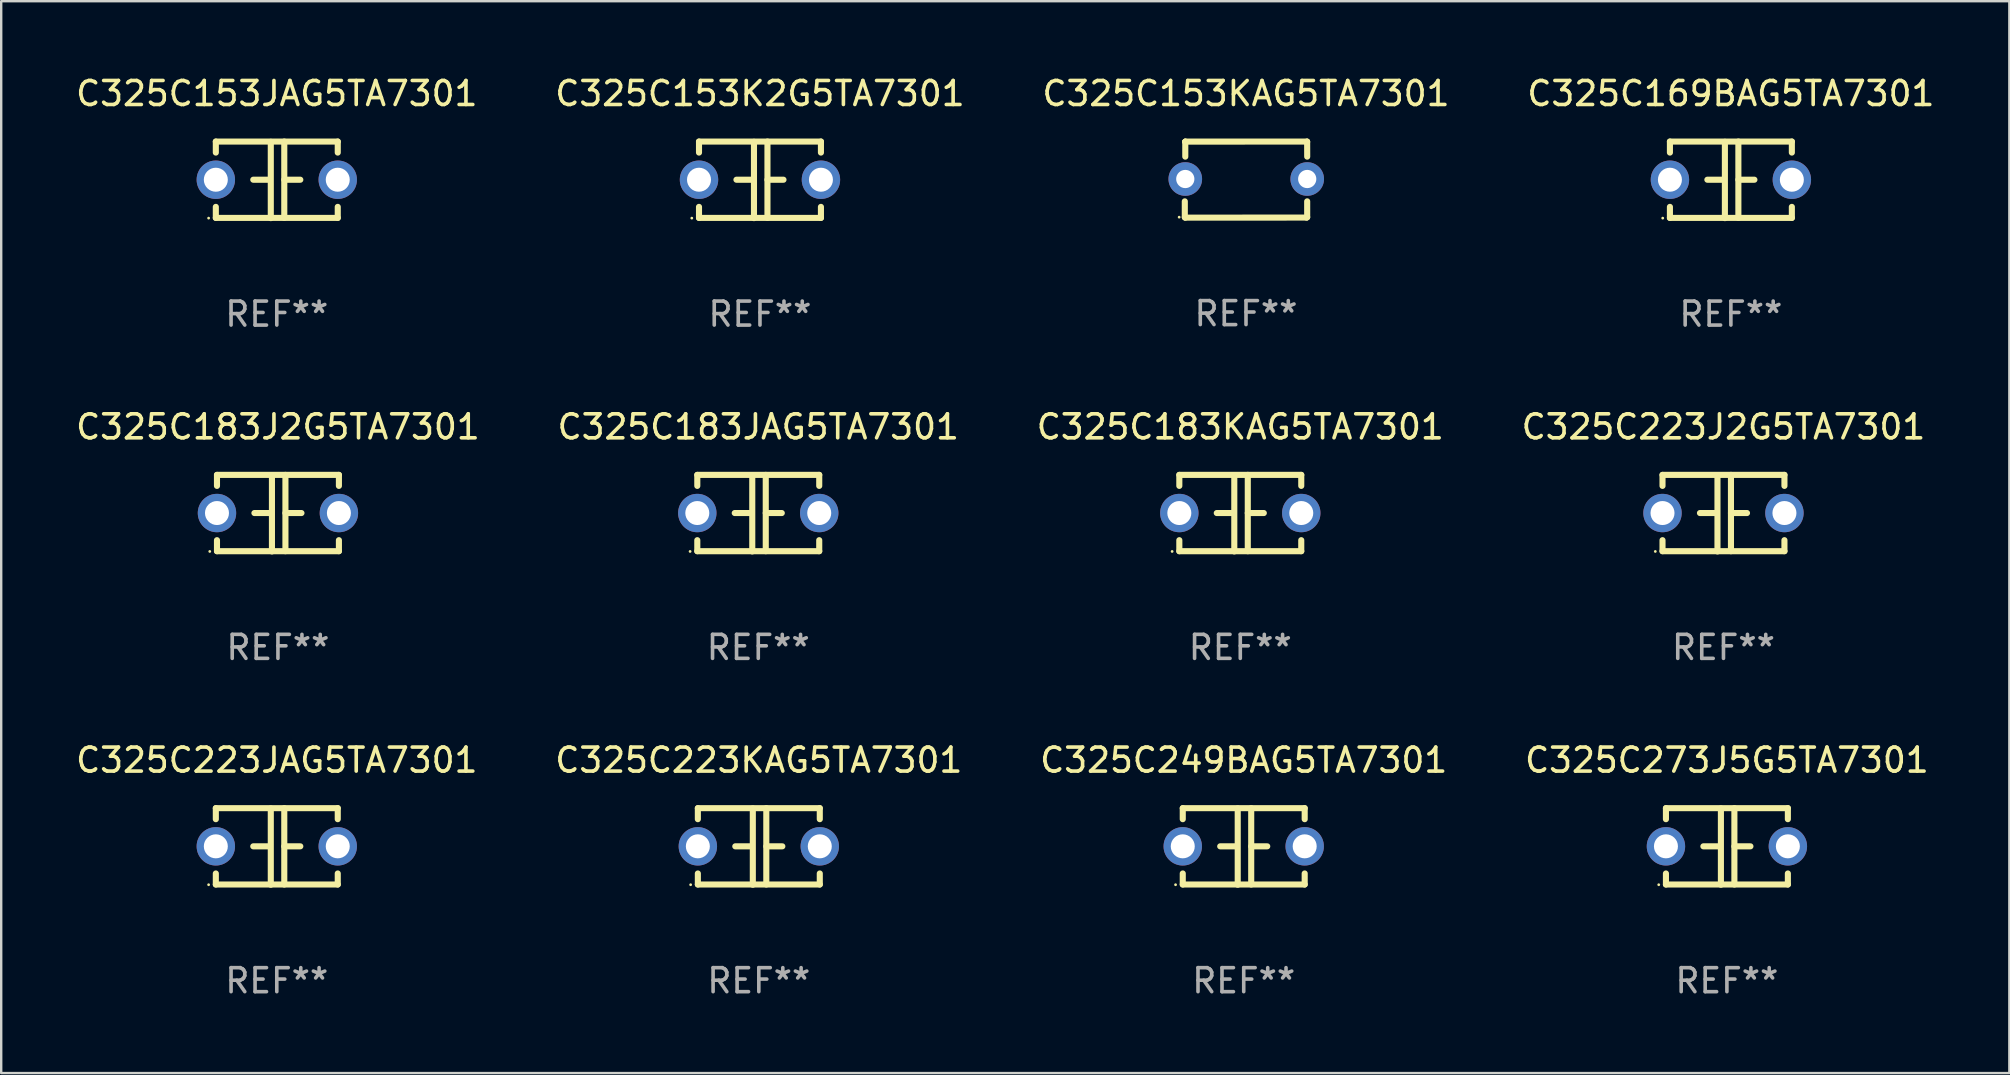
<source format=kicad_pcb>
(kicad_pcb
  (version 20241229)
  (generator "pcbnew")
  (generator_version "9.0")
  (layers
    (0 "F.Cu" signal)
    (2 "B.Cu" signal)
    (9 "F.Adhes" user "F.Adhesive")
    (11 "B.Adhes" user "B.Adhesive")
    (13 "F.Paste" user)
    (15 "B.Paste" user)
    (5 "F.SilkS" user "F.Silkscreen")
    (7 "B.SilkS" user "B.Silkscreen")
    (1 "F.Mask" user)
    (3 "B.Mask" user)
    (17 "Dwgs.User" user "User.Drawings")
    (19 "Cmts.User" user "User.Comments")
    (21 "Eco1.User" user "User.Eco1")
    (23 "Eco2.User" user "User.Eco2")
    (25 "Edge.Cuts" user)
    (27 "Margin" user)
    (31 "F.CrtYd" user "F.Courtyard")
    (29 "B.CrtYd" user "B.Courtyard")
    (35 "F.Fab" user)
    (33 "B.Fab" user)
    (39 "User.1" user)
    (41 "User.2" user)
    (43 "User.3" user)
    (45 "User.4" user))
  (footprint "C325C183J2G5TA7301"
    (layer "F.Cu")
    (at 8.53 18.33)
    (property "Reference" "C325C183J2G5TA7301" (at 0 -3.595 0) (layer "F.SilkS") (effects (font (size 1 1) (thickness 0.15))))
    (attr through_hole)
    (fp_line (start -2.54 -1.595) (end -2.54 -1.136) (stroke (width 0.254) (type solid)) (layer "F.SilkS"))
    (fp_line (start -2.54 -1.595) (end 2.54 -1.595) (stroke (width 0.254) (type solid)) (layer "F.SilkS"))
    (fp_line (start -2.54 1.126) (end -2.54 1.585) (stroke (width 0.254) (type solid)) (layer "F.SilkS"))
    (fp_line (start -0.312 -0.005) (end -0.98 -0.005) (stroke (width 0.254) (type solid)) (layer "F.SilkS"))
    (fp_line (start -0.25 -1.585) (end -0.25 1.595) (stroke (width 0.254) (type solid)) (layer "F.SilkS"))
    (fp_line (start 0.312 -1.595) (end 0.312 1.585) (stroke (width 0.254) (type solid)) (layer "F.SilkS"))
    (fp_line (start 0.312 -0.005) (end 0.98 -0.005) (stroke (width 0.254) (type solid)) (layer "F.SilkS"))
    (fp_line (start 2.54 -1.595) (end 2.54 -1.136) (stroke (width 0.254) (type solid)) (layer "F.SilkS"))
    (fp_line (start 2.54 1.126) (end 2.54 1.585) (stroke (width 0.254) (type solid)) (layer "F.SilkS"))
    (fp_line (start 2.54 1.585) (end -2.54 1.585) (stroke (width 0.254) (type solid)) (layer "F.SilkS"))
    (fp_circle (center -2.84 1.595) (end -2.81 1.595) (stroke (width 0.06) (type solid)) (fill no) (layer "F.SilkS"))
    (fp_text user "REF**" (at 0 5.595 0) (layer "F.Fab") (effects (font (size 1 1) (thickness 0.15))))
    (pad "1" thru_hole circle (at -2.54 -0.005) (size 1.6 1.6) (drill 1) (layers "*.Cu" "*.Mask"))
    (pad "2" thru_hole circle (at 2.54 -0.005) (size 1.6 1.6) (drill 1) (layers "*.Cu" "*.Mask")))
  (footprint "C325C249BAG5TA7301"
    (layer "F.Cu")
    (at 48.768 32.216)
    (property "Reference" "C325C249BAG5TA7301" (at 0 -3.595 0) (layer "F.SilkS") (effects (font (size 1 1) (thickness 0.15))))
    (attr through_hole)
    (fp_line (start -2.54 -1.595) (end -2.54 -1.136) (stroke (width 0.254) (type solid)) (layer "F.SilkS"))
    (fp_line (start -2.54 -1.595) (end 2.54 -1.595) (stroke (width 0.254) (type solid)) (layer "F.SilkS"))
    (fp_line (start -2.54 1.126) (end -2.54 1.585) (stroke (width 0.254) (type solid)) (layer "F.SilkS"))
    (fp_line (start -0.312 -0.005) (end -0.98 -0.005) (stroke (width 0.254) (type solid)) (layer "F.SilkS"))
    (fp_line (start -0.25 -1.585) (end -0.25 1.595) (stroke (width 0.254) (type solid)) (layer "F.SilkS"))
    (fp_line (start 0.312 -1.595) (end 0.312 1.585) (stroke (width 0.254) (type solid)) (layer "F.SilkS"))
    (fp_line (start 0.312 -0.005) (end 0.98 -0.005) (stroke (width 0.254) (type solid)) (layer "F.SilkS"))
    (fp_line (start 2.54 -1.595) (end 2.54 -1.136) (stroke (width 0.254) (type solid)) (layer "F.SilkS"))
    (fp_line (start 2.54 1.126) (end 2.54 1.585) (stroke (width 0.254) (type solid)) (layer "F.SilkS"))
    (fp_line (start 2.54 1.585) (end -2.54 1.585) (stroke (width 0.254) (type solid)) (layer "F.SilkS"))
    (fp_circle (center -2.84 1.595) (end -2.81 1.595) (stroke (width 0.06) (type solid)) (fill no) (layer "F.SilkS"))
    (fp_text user "REF**" (at 0 5.595 0) (layer "F.Fab") (effects (font (size 1 1) (thickness 0.15))))
    (pad "1" thru_hole circle (at -2.54 -0.005) (size 1.6 1.6) (drill 1) (layers "*.Cu" "*.Mask"))
    (pad "2" thru_hole circle (at 2.54 -0.005) (size 1.6 1.6) (drill 1) (layers "*.Cu" "*.Mask")))
  (footprint "C325C223J2G5TA7301"
    (layer "F.Cu")
    (at 68.756 18.33)
    (property "Reference" "C325C223J2G5TA7301" (at 0 -3.595 0) (layer "F.SilkS") (effects (font (size 1 1) (thickness 0.15))))
    (attr through_hole)
    (fp_line (start -2.54 -1.595) (end -2.54 -1.136) (stroke (width 0.254) (type solid)) (layer "F.SilkS"))
    (fp_line (start -2.54 -1.595) (end 2.54 -1.595) (stroke (width 0.254) (type solid)) (layer "F.SilkS"))
    (fp_line (start -2.54 1.126) (end -2.54 1.585) (stroke (width 0.254) (type solid)) (layer "F.SilkS"))
    (fp_line (start -0.312 -0.005) (end -0.98 -0.005) (stroke (width 0.254) (type solid)) (layer "F.SilkS"))
    (fp_line (start -0.25 -1.585) (end -0.25 1.595) (stroke (width 0.254) (type solid)) (layer "F.SilkS"))
    (fp_line (start 0.312 -1.595) (end 0.312 1.585) (stroke (width 0.254) (type solid)) (layer "F.SilkS"))
    (fp_line (start 0.312 -0.005) (end 0.98 -0.005) (stroke (width 0.254) (type solid)) (layer "F.SilkS"))
    (fp_line (start 2.54 -1.595) (end 2.54 -1.136) (stroke (width 0.254) (type solid)) (layer "F.SilkS"))
    (fp_line (start 2.54 1.126) (end 2.54 1.585) (stroke (width 0.254) (type solid)) (layer "F.SilkS"))
    (fp_line (start 2.54 1.585) (end -2.54 1.585) (stroke (width 0.254) (type solid)) (layer "F.SilkS"))
    (fp_circle (center -2.84 1.595) (end -2.81 1.595) (stroke (width 0.06) (type solid)) (fill no) (layer "F.SilkS"))
    (fp_text user "REF**" (at 0 5.595 0) (layer "F.Fab") (effects (font (size 1 1) (thickness 0.15))))
    (pad "1" thru_hole circle (at -2.54 -0.005) (size 1.6 1.6) (drill 1) (layers "*.Cu" "*.Mask"))
    (pad "2" thru_hole circle (at 2.54 -0.005) (size 1.6 1.6) (drill 1) (layers "*.Cu" "*.Mask")))
  (footprint "C325C273J5G5TA7301"
    (layer "F.Cu")
    (at 68.899 32.216)
    (property "Reference" "C325C273J5G5TA7301" (at 0 -3.595 0) (layer "F.SilkS") (effects (font (size 1 1) (thickness 0.15))))
    (attr through_hole)
    (fp_line (start -2.54 -1.595) (end -2.54 -1.136) (stroke (width 0.254) (type solid)) (layer "F.SilkS"))
    (fp_line (start -2.54 -1.595) (end 2.54 -1.595) (stroke (width 0.254) (type solid)) (layer "F.SilkS"))
    (fp_line (start -2.54 1.126) (end -2.54 1.585) (stroke (width 0.254) (type solid)) (layer "F.SilkS"))
    (fp_line (start -0.312 -0.005) (end -0.98 -0.005) (stroke (width 0.254) (type solid)) (layer "F.SilkS"))
    (fp_line (start -0.25 -1.585) (end -0.25 1.595) (stroke (width 0.254) (type solid)) (layer "F.SilkS"))
    (fp_line (start 0.312 -1.595) (end 0.312 1.585) (stroke (width 0.254) (type solid)) (layer "F.SilkS"))
    (fp_line (start 0.312 -0.005) (end 0.98 -0.005) (stroke (width 0.254) (type solid)) (layer "F.SilkS"))
    (fp_line (start 2.54 -1.595) (end 2.54 -1.136) (stroke (width 0.254) (type solid)) (layer "F.SilkS"))
    (fp_line (start 2.54 1.126) (end 2.54 1.585) (stroke (width 0.254) (type solid)) (layer "F.SilkS"))
    (fp_line (start 2.54 1.585) (end -2.54 1.585) (stroke (width 0.254) (type solid)) (layer "F.SilkS"))
    (fp_circle (center -2.84 1.595) (end -2.81 1.595) (stroke (width 0.06) (type solid)) (fill no) (layer "F.SilkS"))
    (fp_text user "REF**" (at 0 5.595 0) (layer "F.Fab") (effects (font (size 1 1) (thickness 0.15))))
    (pad "1" thru_hole circle (at -2.54 -0.005) (size 1.6 1.6) (drill 1) (layers "*.Cu" "*.Mask"))
    (pad "2" thru_hole circle (at 2.54 -0.005) (size 1.6 1.6) (drill 1) (layers "*.Cu" "*.Mask")))
  (footprint "C325C223JAG5TA7301"
    (layer "F.Cu")
    (at 8.482 32.216)
    (property "Reference" "C325C223JAG5TA7301" (at 0 -3.595 0) (layer "F.SilkS") (effects (font (size 1 1) (thickness 0.15))))
    (attr through_hole)
    (fp_line (start -2.54 -1.595) (end -2.54 -1.136) (stroke (width 0.254) (type solid)) (layer "F.SilkS"))
    (fp_line (start -2.54 -1.595) (end 2.54 -1.595) (stroke (width 0.254) (type solid)) (layer "F.SilkS"))
    (fp_line (start -2.54 1.126) (end -2.54 1.585) (stroke (width 0.254) (type solid)) (layer "F.SilkS"))
    (fp_line (start -0.312 -0.005) (end -0.98 -0.005) (stroke (width 0.254) (type solid)) (layer "F.SilkS"))
    (fp_line (start -0.25 -1.585) (end -0.25 1.595) (stroke (width 0.254) (type solid)) (layer "F.SilkS"))
    (fp_line (start 0.312 -1.595) (end 0.312 1.585) (stroke (width 0.254) (type solid)) (layer "F.SilkS"))
    (fp_line (start 0.312 -0.005) (end 0.98 -0.005) (stroke (width 0.254) (type solid)) (layer "F.SilkS"))
    (fp_line (start 2.54 -1.595) (end 2.54 -1.136) (stroke (width 0.254) (type solid)) (layer "F.SilkS"))
    (fp_line (start 2.54 1.126) (end 2.54 1.585) (stroke (width 0.254) (type solid)) (layer "F.SilkS"))
    (fp_line (start 2.54 1.585) (end -2.54 1.585) (stroke (width 0.254) (type solid)) (layer "F.SilkS"))
    (fp_circle (center -2.84 1.595) (end -2.81 1.595) (stroke (width 0.06) (type solid)) (fill no) (layer "F.SilkS"))
    (fp_text user "REF**" (at 0 5.595 0) (layer "F.Fab") (effects (font (size 1 1) (thickness 0.15))))
    (pad "1" thru_hole circle (at -2.54 -0.005) (size 1.6 1.6) (drill 1) (layers "*.Cu" "*.Mask"))
    (pad "2" thru_hole circle (at 2.54 -0.005) (size 1.6 1.6) (drill 1) (layers "*.Cu" "*.Mask")))
  (footprint "C325C153KAG5TA7301"
    (layer "F.Cu")
    (at 48.863 4.433)
    (property "Reference" "C325C153KAG5TA7301" (at 0 -3.585 0) (layer "F.SilkS") (effects (font (size 1 1) (thickness 0.15))))
    (attr through_hole)
    (fp_line (start -2.55 1.566) (end -2.55 0.906) (stroke (width 0.254) (type solid)) (layer "F.SilkS"))
    (fp_line (start -2.531 1.585) (end -2.55 1.566) (stroke (width 0.254) (type solid)) (layer "F.SilkS"))
    (fp_line (start -2.53 -1.577) (end -2.53 -1.577) (stroke (width 0.254) (type solid)) (layer "F.SilkS"))
    (fp_line (start -2.53 -1.577) (end -2.528 -1.583) (stroke (width 0.254) (type solid)) (layer "F.SilkS"))
    (fp_line (start -2.53 -0.957) (end -2.53 -1.577) (stroke (width 0.254) (type solid)) (layer "F.SilkS"))
    (fp_line (start -2.528 -1.583) (end 2.54 -1.585) (stroke (width 0.254) (type solid)) (layer "F.SilkS"))
    (fp_line (start 2.524 1.582) (end -2.531 1.585) (stroke (width 0.254) (type solid)) (layer "F.SilkS"))
    (fp_line (start 2.54 -1.585) (end 2.548 -1.575) (stroke (width 0.254) (type solid)) (layer "F.SilkS"))
    (fp_line (start 2.548 -1.575) (end 2.55 -0.957) (stroke (width 0.254) (type solid)) (layer "F.SilkS"))
    (fp_line (start 2.549 0.906) (end 2.549 1.566) (stroke (width 0.254) (type solid)) (layer "F.SilkS"))
    (fp_line (start 2.549 1.566) (end 2.524 1.582) (stroke (width 0.254) (type solid)) (layer "F.SilkS"))
    (fp_circle (center -2.785 1.565) (end -2.755 1.565) (stroke (width 0.06) (type solid)) (fill no) (layer "F.SilkS"))
    (fp_text user "REF**" (at 0 5.585 0) (layer "F.Fab") (effects (font (size 1 1) (thickness 0.15))))
    (pad "1" thru_hole circle (at -2.53 -0.025) (size 1.4 1.4) (drill 0.76) (layers "*.Cu" "*.Mask"))
    (pad "2" thru_hole circle (at 2.55 -0.025) (size 1.4 1.4) (drill 0.76) (layers "*.Cu" "*.Mask")))
  (footprint "C325C153JAG5TA7301"
    (layer "F.Cu")
    (at 8.482 4.443)
    (property "Reference" "C325C153JAG5TA7301" (at 0 -3.595 0) (layer "F.SilkS") (effects (font (size 1 1) (thickness 0.15))))
    (attr through_hole)
    (fp_line (start -2.54 -1.595) (end -2.54 -1.136) (stroke (width 0.254) (type solid)) (layer "F.SilkS"))
    (fp_line (start -2.54 -1.595) (end 2.54 -1.595) (stroke (width 0.254) (type solid)) (layer "F.SilkS"))
    (fp_line (start -2.54 1.126) (end -2.54 1.585) (stroke (width 0.254) (type solid)) (layer "F.SilkS"))
    (fp_line (start -0.312 -0.005) (end -0.98 -0.005) (stroke (width 0.254) (type solid)) (layer "F.SilkS"))
    (fp_line (start -0.25 -1.585) (end -0.25 1.595) (stroke (width 0.254) (type solid)) (layer "F.SilkS"))
    (fp_line (start 0.312 -1.595) (end 0.312 1.585) (stroke (width 0.254) (type solid)) (layer "F.SilkS"))
    (fp_line (start 0.312 -0.005) (end 0.98 -0.005) (stroke (width 0.254) (type solid)) (layer "F.SilkS"))
    (fp_line (start 2.54 -1.595) (end 2.54 -1.136) (stroke (width 0.254) (type solid)) (layer "F.SilkS"))
    (fp_line (start 2.54 1.126) (end 2.54 1.585) (stroke (width 0.254) (type solid)) (layer "F.SilkS"))
    (fp_line (start 2.54 1.585) (end -2.54 1.585) (stroke (width 0.254) (type solid)) (layer "F.SilkS"))
    (fp_circle (center -2.84 1.595) (end -2.81 1.595) (stroke (width 0.06) (type solid)) (fill no) (layer "F.SilkS"))
    (fp_text user "REF**" (at 0 5.595 0) (layer "F.Fab") (effects (font (size 1 1) (thickness 0.15))))
    (pad "1" thru_hole circle (at -2.54 -0.005) (size 1.6 1.6) (drill 1) (layers "*.Cu" "*.Mask"))
    (pad "2" thru_hole circle (at 2.54 -0.005) (size 1.6 1.6) (drill 1) (layers "*.Cu" "*.Mask")))
  (footprint "C325C183KAG5TA7301"
    (layer "F.Cu")
    (at 48.625 18.33)
    (property "Reference" "C325C183KAG5TA7301" (at 0 -3.595 0) (layer "F.SilkS") (effects (font (size 1 1) (thickness 0.15))))
    (attr through_hole)
    (fp_line (start -2.54 -1.595) (end -2.54 -1.136) (stroke (width 0.254) (type solid)) (layer "F.SilkS"))
    (fp_line (start -2.54 -1.595) (end 2.54 -1.595) (stroke (width 0.254) (type solid)) (layer "F.SilkS"))
    (fp_line (start -2.54 1.126) (end -2.54 1.585) (stroke (width 0.254) (type solid)) (layer "F.SilkS"))
    (fp_line (start -0.312 -0.005) (end -0.98 -0.005) (stroke (width 0.254) (type solid)) (layer "F.SilkS"))
    (fp_line (start -0.25 -1.585) (end -0.25 1.595) (stroke (width 0.254) (type solid)) (layer "F.SilkS"))
    (fp_line (start 0.312 -1.595) (end 0.312 1.585) (stroke (width 0.254) (type solid)) (layer "F.SilkS"))
    (fp_line (start 0.312 -0.005) (end 0.98 -0.005) (stroke (width 0.254) (type solid)) (layer "F.SilkS"))
    (fp_line (start 2.54 -1.595) (end 2.54 -1.136) (stroke (width 0.254) (type solid)) (layer "F.SilkS"))
    (fp_line (start 2.54 1.126) (end 2.54 1.585) (stroke (width 0.254) (type solid)) (layer "F.SilkS"))
    (fp_line (start 2.54 1.585) (end -2.54 1.585) (stroke (width 0.254) (type solid)) (layer "F.SilkS"))
    (fp_circle (center -2.84 1.595) (end -2.81 1.595) (stroke (width 0.06) (type solid)) (fill no) (layer "F.SilkS"))
    (fp_text user "REF**" (at 0 5.595 0) (layer "F.Fab") (effects (font (size 1 1) (thickness 0.15))))
    (pad "1" thru_hole circle (at -2.54 -0.005) (size 1.6 1.6) (drill 1) (layers "*.Cu" "*.Mask"))
    (pad "2" thru_hole circle (at 2.54 -0.005) (size 1.6 1.6) (drill 1) (layers "*.Cu" "*.Mask")))
  (footprint "C325C223KAG5TA7301"
    (layer "F.Cu")
    (at 28.565 32.216)
    (property "Reference" "C325C223KAG5TA7301" (at 0 -3.595 0) (layer "F.SilkS") (effects (font (size 1 1) (thickness 0.15))))
    (attr through_hole)
    (fp_line (start -2.54 -1.595) (end -2.54 -1.136) (stroke (width 0.254) (type solid)) (layer "F.SilkS"))
    (fp_line (start -2.54 -1.595) (end 2.54 -1.595) (stroke (width 0.254) (type solid)) (layer "F.SilkS"))
    (fp_line (start -2.54 1.126) (end -2.54 1.585) (stroke (width 0.254) (type solid)) (layer "F.SilkS"))
    (fp_line (start -0.312 -0.005) (end -0.98 -0.005) (stroke (width 0.254) (type solid)) (layer "F.SilkS"))
    (fp_line (start -0.25 -1.585) (end -0.25 1.595) (stroke (width 0.254) (type solid)) (layer "F.SilkS"))
    (fp_line (start 0.312 -1.595) (end 0.312 1.585) (stroke (width 0.254) (type solid)) (layer "F.SilkS"))
    (fp_line (start 0.312 -0.005) (end 0.98 -0.005) (stroke (width 0.254) (type solid)) (layer "F.SilkS"))
    (fp_line (start 2.54 -1.595) (end 2.54 -1.136) (stroke (width 0.254) (type solid)) (layer "F.SilkS"))
    (fp_line (start 2.54 1.126) (end 2.54 1.585) (stroke (width 0.254) (type solid)) (layer "F.SilkS"))
    (fp_line (start 2.54 1.585) (end -2.54 1.585) (stroke (width 0.254) (type solid)) (layer "F.SilkS"))
    (fp_circle (center -2.84 1.595) (end -2.81 1.595) (stroke (width 0.06) (type solid)) (fill no) (layer "F.SilkS"))
    (fp_text user "REF**" (at 0 5.595 0) (layer "F.Fab") (effects (font (size 1 1) (thickness 0.15))))
    (pad "1" thru_hole circle (at -2.54 -0.005) (size 1.6 1.6) (drill 1) (layers "*.Cu" "*.Mask"))
    (pad "2" thru_hole circle (at 2.54 -0.005) (size 1.6 1.6) (drill 1) (layers "*.Cu" "*.Mask")))
  (footprint "C325C169BAG5TA7301"
    (layer "F.Cu")
    (at 69.065 4.443)
    (property "Reference" "C325C169BAG5TA7301" (at 0 -3.595 0) (layer "F.SilkS") (effects (font (size 1 1) (thickness 0.15))))
    (attr through_hole)
    (fp_line (start -2.54 -1.595) (end -2.54 -1.136) (stroke (width 0.254) (type solid)) (layer "F.SilkS"))
    (fp_line (start -2.54 -1.595) (end 2.54 -1.595) (stroke (width 0.254) (type solid)) (layer "F.SilkS"))
    (fp_line (start -2.54 1.126) (end -2.54 1.585) (stroke (width 0.254) (type solid)) (layer "F.SilkS"))
    (fp_line (start -0.312 -0.005) (end -0.98 -0.005) (stroke (width 0.254) (type solid)) (layer "F.SilkS"))
    (fp_line (start -0.25 -1.585) (end -0.25 1.595) (stroke (width 0.254) (type solid)) (layer "F.SilkS"))
    (fp_line (start 0.312 -1.595) (end 0.312 1.585) (stroke (width 0.254) (type solid)) (layer "F.SilkS"))
    (fp_line (start 0.312 -0.005) (end 0.98 -0.005) (stroke (width 0.254) (type solid)) (layer "F.SilkS"))
    (fp_line (start 2.54 -1.595) (end 2.54 -1.136) (stroke (width 0.254) (type solid)) (layer "F.SilkS"))
    (fp_line (start 2.54 1.126) (end 2.54 1.585) (stroke (width 0.254) (type solid)) (layer "F.SilkS"))
    (fp_line (start 2.54 1.585) (end -2.54 1.585) (stroke (width 0.254) (type solid)) (layer "F.SilkS"))
    (fp_circle (center -2.84 1.595) (end -2.81 1.595) (stroke (width 0.06) (type solid)) (fill no) (layer "F.SilkS"))
    (fp_text user "REF**" (at 0 5.595 0) (layer "F.Fab") (effects (font (size 1 1) (thickness 0.15))))
    (pad "1" thru_hole circle (at -2.54 -0.005) (size 1.6 1.6) (drill 1) (layers "*.Cu" "*.Mask"))
    (pad "2" thru_hole circle (at 2.54 -0.005) (size 1.6 1.6) (drill 1) (layers "*.Cu" "*.Mask")))
  (footprint "C325C153K2G5TA7301"
    (layer "F.Cu")
    (at 28.613 4.443)
    (property "Reference" "C325C153K2G5TA7301" (at 0 -3.595 0) (layer "F.SilkS") (effects (font (size 1 1) (thickness 0.15))))
    (attr through_hole)
    (fp_line (start -2.54 -1.595) (end -2.54 -1.136) (stroke (width 0.254) (type solid)) (layer "F.SilkS"))
    (fp_line (start -2.54 -1.595) (end 2.54 -1.595) (stroke (width 0.254) (type solid)) (layer "F.SilkS"))
    (fp_line (start -2.54 1.126) (end -2.54 1.585) (stroke (width 0.254) (type solid)) (layer "F.SilkS"))
    (fp_line (start -0.312 -0.005) (end -0.98 -0.005) (stroke (width 0.254) (type solid)) (layer "F.SilkS"))
    (fp_line (start -0.25 -1.585) (end -0.25 1.595) (stroke (width 0.254) (type solid)) (layer "F.SilkS"))
    (fp_line (start 0.312 -1.595) (end 0.312 1.585) (stroke (width 0.254) (type solid)) (layer "F.SilkS"))
    (fp_line (start 0.312 -0.005) (end 0.98 -0.005) (stroke (width 0.254) (type solid)) (layer "F.SilkS"))
    (fp_line (start 2.54 -1.595) (end 2.54 -1.136) (stroke (width 0.254) (type solid)) (layer "F.SilkS"))
    (fp_line (start 2.54 1.126) (end 2.54 1.585) (stroke (width 0.254) (type solid)) (layer "F.SilkS"))
    (fp_line (start 2.54 1.585) (end -2.54 1.585) (stroke (width 0.254) (type solid)) (layer "F.SilkS"))
    (fp_circle (center -2.84 1.595) (end -2.81 1.595) (stroke (width 0.06) (type solid)) (fill no) (layer "F.SilkS"))
    (fp_text user "REF**" (at 0 5.595 0) (layer "F.Fab") (effects (font (size 1 1) (thickness 0.15))))
    (pad "1" thru_hole circle (at -2.54 -0.005) (size 1.6 1.6) (drill 1) (layers "*.Cu" "*.Mask"))
    (pad "2" thru_hole circle (at 2.54 -0.005) (size 1.6 1.6) (drill 1) (layers "*.Cu" "*.Mask")))
  (footprint "C325C183JAG5TA7301"
    (layer "F.Cu")
    (at 28.542 18.33)
    (property "Reference" "C325C183JAG5TA7301" (at 0 -3.595 0) (layer "F.SilkS") (effects (font (size 1 1) (thickness 0.15))))
    (attr through_hole)
    (fp_line (start -2.54 -1.595) (end -2.54 -1.136) (stroke (width 0.254) (type solid)) (layer "F.SilkS"))
    (fp_line (start -2.54 -1.595) (end 2.54 -1.595) (stroke (width 0.254) (type solid)) (layer "F.SilkS"))
    (fp_line (start -2.54 1.126) (end -2.54 1.585) (stroke (width 0.254) (type solid)) (layer "F.SilkS"))
    (fp_line (start -0.312 -0.005) (end -0.98 -0.005) (stroke (width 0.254) (type solid)) (layer "F.SilkS"))
    (fp_line (start -0.25 -1.585) (end -0.25 1.595) (stroke (width 0.254) (type solid)) (layer "F.SilkS"))
    (fp_line (start 0.312 -1.595) (end 0.312 1.585) (stroke (width 0.254) (type solid)) (layer "F.SilkS"))
    (fp_line (start 0.312 -0.005) (end 0.98 -0.005) (stroke (width 0.254) (type solid)) (layer "F.SilkS"))
    (fp_line (start 2.54 -1.595) (end 2.54 -1.136) (stroke (width 0.254) (type solid)) (layer "F.SilkS"))
    (fp_line (start 2.54 1.126) (end 2.54 1.585) (stroke (width 0.254) (type solid)) (layer "F.SilkS"))
    (fp_line (start 2.54 1.585) (end -2.54 1.585) (stroke (width 0.254) (type solid)) (layer "F.SilkS"))
    (fp_circle (center -2.84 1.595) (end -2.81 1.595) (stroke (width 0.06) (type solid)) (fill no) (layer "F.SilkS"))
    (fp_text user "REF**" (at 0 5.595 0) (layer "F.Fab") (effects (font (size 1 1) (thickness 0.15))))
    (pad "1" thru_hole circle (at -2.54 -0.005) (size 1.6 1.6) (drill 1) (layers "*.Cu" "*.Mask"))
    (pad "2" thru_hole circle (at 2.54 -0.005) (size 1.6 1.6) (drill 1) (layers "*.Cu" "*.Mask")))
  (gr_rect
    (start -3 -3)
    (end 80.667 41.659)
    (stroke (width 0.1) (type default))
    (fill no)
    (layer "Edge.Cuts")))
</source>
